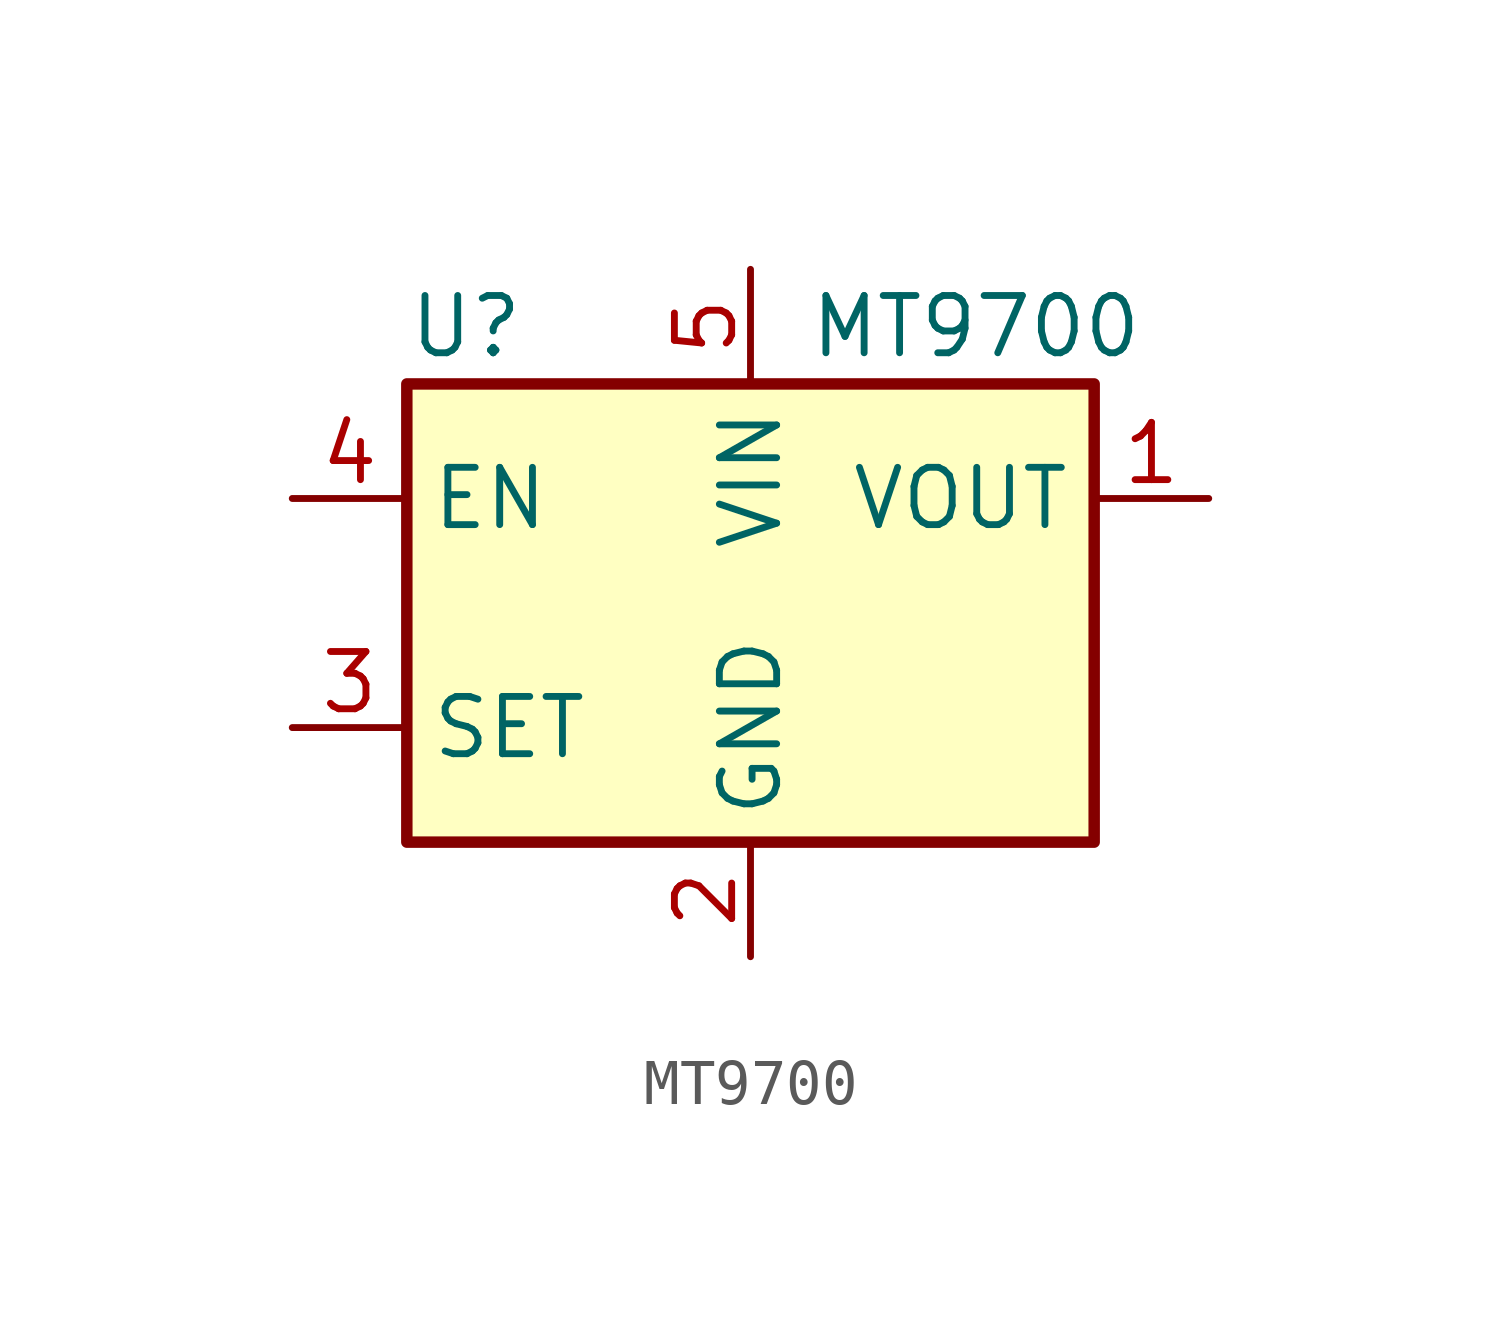
<source format=kicad_sym>
(kicad_symbol_lib
  (version 20220914)
  (generator kicad_symbol_editor)
  (symbol "MT9700"
    (property "Reference" "U"
      (at -7.62 6.35 0)
      (effects (font (size 1.27 1.27)) (justify left)))
    (property "Value" "MT9700"
      (at 1.27 6.35 0)
      (effects (font (size 1.27 1.27)) (justify left)))
    (symbol "MT9700_0_1"
      (rectangle (start -7.62 5.08) (end 7.62 -5.08) (stroke (width 0.254) (type default)) (fill (type background))))
    (symbol "MT9700_1_1"
      (pin power_out line (at 10.16 2.54 180) (length 2.54) (name "VOUT" (effects (font (size 1.27 1.27)))) (number "1" (effects (font (size 1.27 1.27)))))
      (pin power_in line (at 0 -7.62 90) (length 2.54) (name "GND" (effects (font (size 1.27 1.27)))) (number "2" (effects (font (size 1.27 1.27)))))
      (pin input line (at -10.16 -2.54 0) (length 2.54) (name "SET" (effects (font (size 1.27 1.27)))) (number "3" (effects (font (size 1.27 1.27)))))
      (pin input line (at -10.16 2.54 0) (length 2.54) (name "EN" (effects (font (size 1.27 1.27)))) (number "4" (effects (font (size 1.27 1.27)))))
      (pin power_in line (at 0 7.62 270) (length 2.54) (name "VIN" (effects (font (size 1.27 1.27)))) (number "5" (effects (font (size 1.27 1.27))))))))
</source>
